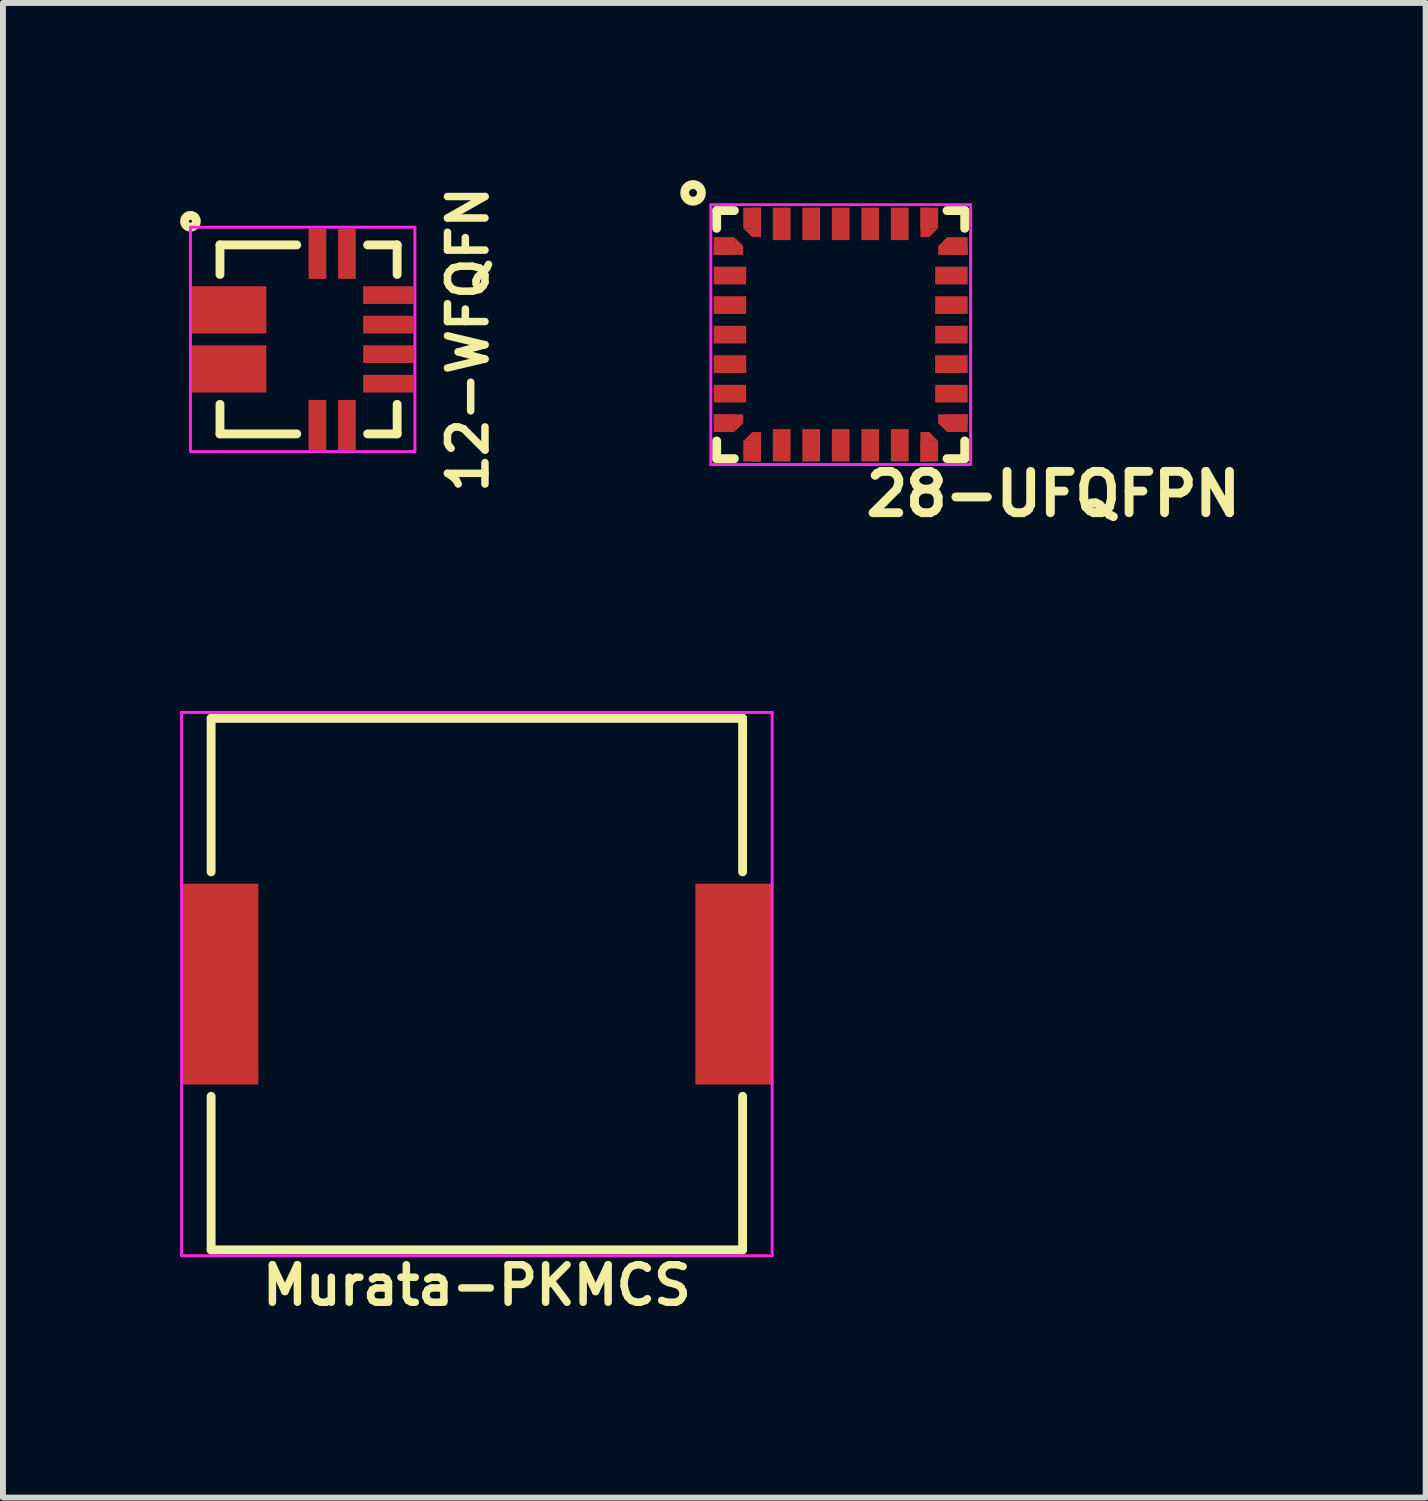
<source format=kicad_pcb>
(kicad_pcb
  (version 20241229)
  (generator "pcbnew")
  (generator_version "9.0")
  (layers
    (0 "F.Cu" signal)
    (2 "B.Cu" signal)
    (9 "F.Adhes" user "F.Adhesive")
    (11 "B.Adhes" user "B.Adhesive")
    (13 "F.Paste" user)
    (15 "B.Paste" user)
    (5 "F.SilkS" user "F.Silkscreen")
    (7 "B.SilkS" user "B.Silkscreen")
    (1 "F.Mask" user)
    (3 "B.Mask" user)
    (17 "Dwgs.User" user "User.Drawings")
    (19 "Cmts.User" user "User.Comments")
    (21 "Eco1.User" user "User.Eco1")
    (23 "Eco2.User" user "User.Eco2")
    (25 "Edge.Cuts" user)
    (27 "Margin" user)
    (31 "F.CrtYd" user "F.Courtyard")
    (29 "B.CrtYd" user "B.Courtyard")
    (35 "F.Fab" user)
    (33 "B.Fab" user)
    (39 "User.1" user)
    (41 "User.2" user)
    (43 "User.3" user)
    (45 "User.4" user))
  (footprint "12-WFQFN"
    (layer "F.Cu")
    (at 2.175 2.697)
    (property "Reference" "12-WFQFN" (at 2.7 0 90) (layer "F.SilkS") (effects (font (size 0.635 0.635) (thickness 0.127))))
    (attr through_hole)
    (fp_line (start -1.5 -1.6) (end -1.5 -1.1) (stroke (width 0.15) (type solid)) (layer "F.SilkS"))
    (fp_line (start -1.5 1.6) (end -1.5 1.1) (stroke (width 0.15) (type solid)) (layer "F.SilkS"))
    (fp_line (start -0.2 -1.6) (end -1.5 -1.6) (stroke (width 0.15) (type solid)) (layer "F.SilkS"))
    (fp_line (start -0.2 1.6) (end -1.5 1.6) (stroke (width 0.15) (type solid)) (layer "F.SilkS"))
    (fp_line (start 1 -1.6) (end 1.5 -1.6) (stroke (width 0.15) (type solid)) (layer "F.SilkS"))
    (fp_line (start 1.5 -1.6) (end 1.5 -1.1) (stroke (width 0.15) (type solid)) (layer "F.SilkS"))
    (fp_line (start 1.5 1.1) (end 1.5 1.6) (stroke (width 0.15) (type solid)) (layer "F.SilkS"))
    (fp_line (start 1.5 1.6) (end 1 1.6) (stroke (width 0.15) (type solid)) (layer "F.SilkS"))
    (fp_circle (center -2 -2) (end -2 -1.9) (stroke (width 0.15) (type solid)) (fill no) (layer "F.SilkS"))
    (fp_line (start -2 -1.9) (end 1.8 -1.9) (stroke (width 0.05) (type solid)) (layer "F.CrtYd"))
    (fp_line (start -2 1.9) (end -2 -1.9) (stroke (width 0.05) (type solid)) (layer "F.CrtYd"))
    (fp_line (start 1.8 -1.9) (end 1.8 1.9) (stroke (width 0.05) (type solid)) (layer "F.CrtYd"))
    (fp_line (start 1.8 1.9) (end -2 1.9) (stroke (width 0.05) (type solid)) (layer "F.CrtYd"))
    (pad "1,2" smd rect (at -1.35 -0.5) (size 1.27 0.8) (layers "F.Cu" "F.Mask" "F.Paste"))
    (pad "3,4" smd rect (at -1.35 0.5) (size 1.27 0.8) (layers "F.Cu" "F.Mask" "F.Paste"))
    (pad "5" smd rect (at 0.15 1.45) (size 0.3 0.85) (layers "F.Cu" "F.Mask" "F.Paste"))
    (pad "6" smd rect (at 0.65 1.45) (size 0.3 0.85) (layers "F.Cu" "F.Mask" "F.Paste"))
    (pad "7" smd rect (at 1.35 0.75) (size 0.85 0.3) (layers "F.Cu" "F.Mask" "F.Paste"))
    (pad "8" smd rect (at 1.35 0.25) (size 0.85 0.3) (layers "F.Cu" "F.Mask" "F.Paste"))
    (pad "9" smd rect (at 1.35 -0.25) (size 0.85 0.3) (layers "F.Cu" "F.Mask" "F.Paste"))
    (pad "10" smd rect (at 1.35 -0.75) (size 0.85 0.3) (layers "F.Cu" "F.Mask" "F.Paste"))
    (pad "11" smd rect (at 0.65 -1.45) (size 0.3 0.85) (layers "F.Cu" "F.Mask" "F.Paste"))
    (pad "12" smd rect (at 0.15 -1.45) (size 0.3 0.85) (layers "F.Cu" "F.Mask" "F.Paste")))
  (footprint "28-UFQFPN"
    (layer "F.Cu")
    (at 11.186 2.616)
    (property "Reference" "28-UFQFPN" (at 3.6 2.7 0) (layer "F.SilkS") (effects (font (size 0.7 0.7) (thickness 0.15))))
    (attr through_hole)
    (fp_line (start -2.1 -2.1) (end -2.1 -1.8) (stroke (width 0.15) (type solid)) (layer "F.SilkS"))
    (fp_line (start -2.1 2.1) (end -2.1 1.8) (stroke (width 0.15) (type solid)) (layer "F.SilkS"))
    (fp_line (start -1.8 -2.1) (end -2.1 -2.1) (stroke (width 0.15) (type solid)) (layer "F.SilkS"))
    (fp_line (start -1.8 2.1) (end -2.1 2.1) (stroke (width 0.15) (type solid)) (layer "F.SilkS"))
    (fp_line (start 1.8 -2.1) (end 2.1 -2.1) (stroke (width 0.15) (type solid)) (layer "F.SilkS"))
    (fp_line (start 1.8 2.1) (end 2.1 2.1) (stroke (width 0.15) (type solid)) (layer "F.SilkS"))
    (fp_line (start 2.1 -2.1) (end 2.1 -1.8) (stroke (width 0.15) (type solid)) (layer "F.SilkS"))
    (fp_line (start 2.1 2.1) (end 2.1 1.8) (stroke (width 0.15) (type solid)) (layer "F.SilkS"))
    (fp_circle (center -2.5 -2.4) (end -2.4 -2.3) (stroke (width 0.15) (type solid)) (fill no) (layer "F.SilkS"))
    (fp_line (start -2.2 -2.2) (end 2.2 -2.2) (stroke (width 0.05) (type solid)) (layer "F.CrtYd"))
    (fp_line (start -2.2 2.2) (end -2.2 -2.2) (stroke (width 0.05) (type solid)) (layer "F.CrtYd"))
    (fp_line (start 2.2 -2.2) (end 2.2 2.2) (stroke (width 0.05) (type solid)) (layer "F.CrtYd"))
    (fp_line (start 2.2 2.2) (end -2.2 2.2) (stroke (width 0.05) (type solid)) (layer "F.CrtYd"))
    (pad "1" smd rect (at -1.974 -1.5) (size 0.352 0.3) (layers "F.Cu" "F.Mask" "F.Paste"))
    (pad "1" smd rect (at -1.9 -1.425) (size 0.5 0.15) (layers "F.Cu" "F.Mask" "F.Paste"))
    (pad "1" smd trapezoid (at -1.725 -1.5) (size 0.148 0.148) (rect_delta 0.147 0) (layers "F.Cu" "F.Mask" "F.Paste"))
    (pad "2" smd rect (at -1.875 -1) (size 0.55 0.3) (layers "F.Cu" "F.Mask" "F.Paste"))
    (pad "3" smd rect (at -1.875 -0.5) (size 0.55 0.3) (layers "F.Cu" "F.Mask" "F.Paste"))
    (pad "4" smd rect (at -1.875 0) (size 0.55 0.3) (layers "F.Cu" "F.Mask" "F.Paste"))
    (pad "5" smd rect (at -1.875 0.5) (size 0.55 0.3) (layers "F.Cu" "F.Mask" "F.Paste"))
    (pad "6" smd rect (at -1.875 1) (size 0.55 0.3) (layers "F.Cu" "F.Mask" "F.Paste"))
    (pad "7" smd rect (at -1.974 1.5) (size 0.352 0.3) (layers "F.Cu" "F.Mask" "F.Paste"))
    (pad "7" smd rect (at -1.9 1.425) (size 0.5 0.15) (layers "F.Cu" "F.Mask" "F.Paste"))
    (pad "7" smd trapezoid (at -1.725 1.5) (size 0.148 0.148) (rect_delta 0.147 0) (layers "F.Cu" "F.Mask" "F.Paste"))
    (pad "8" smd trapezoid (at -1.5 1.725) (size 0.148 0.148) (rect_delta 0 0.147) (layers "F.Cu" "F.Mask" "F.Paste"))
    (pad "8" smd rect (at -1.5 1.974) (size 0.3 0.352) (layers "F.Cu" "F.Mask" "F.Paste"))
    (pad "8" smd rect (at -1.425 1.9) (size 0.15 0.5) (layers "F.Cu" "F.Mask" "F.Paste"))
    (pad "9" smd rect (at -1 1.875) (size 0.3 0.55) (layers "F.Cu" "F.Mask" "F.Paste"))
    (pad "10" smd rect (at -0.5 1.875) (size 0.3 0.55) (layers "F.Cu" "F.Mask" "F.Paste"))
    (pad "11" smd rect (at 0 1.875) (size 0.3 0.55) (layers "F.Cu" "F.Mask" "F.Paste"))
    (pad "12" smd rect (at 0.5 1.875) (size 0.3 0.55) (layers "F.Cu" "F.Mask" "F.Paste"))
    (pad "13" smd rect (at 1 1.875) (size 0.3 0.55) (layers "F.Cu" "F.Mask" "F.Paste"))
    (pad "14" smd rect (at 1.425 1.9) (size 0.15 0.5) (layers "F.Cu" "F.Mask" "F.Paste"))
    (pad "14" smd trapezoid (at 1.5 1.725) (size 0.148 0.148) (rect_delta 0 0.147) (layers "F.Cu" "F.Mask" "F.Paste"))
    (pad "14" smd rect (at 1.5 1.974) (size 0.3 0.352) (layers "F.Cu" "F.Mask" "F.Paste"))
    (pad "15" smd trapezoid (at 1.725 1.5 180) (size 0.148 0.148) (rect_delta 0.147 0) (layers "F.Cu" "F.Mask" "F.Paste"))
    (pad "15" smd rect (at 1.9 1.425) (size 0.5 0.15) (layers "F.Cu" "F.Mask" "F.Paste"))
    (pad "15" smd rect (at 1.974 1.5) (size 0.352 0.3) (layers "F.Cu" "F.Mask" "F.Paste"))
    (pad "16" smd rect (at 1.875 1) (size 0.55 0.3) (layers "F.Cu" "F.Mask" "F.Paste"))
    (pad "17" smd rect (at 1.875 0.5) (size 0.55 0.3) (layers "F.Cu" "F.Mask" "F.Paste"))
    (pad "18" smd rect (at 1.875 0) (size 0.55 0.3) (layers "F.Cu" "F.Mask" "F.Paste"))
    (pad "19" smd rect (at 1.875 -0.5) (size 0.55 0.3) (layers "F.Cu" "F.Mask" "F.Paste"))
    (pad "20" smd rect (at 1.875 -1) (size 0.55 0.3) (layers "F.Cu" "F.Mask" "F.Paste"))
    (pad "21" smd trapezoid (at 1.725 -1.5 180) (size 0.148 0.148) (rect_delta 0.147 0) (layers "F.Cu" "F.Mask" "F.Paste"))
    (pad "21" smd rect (at 1.9 -1.425) (size 0.5 0.15) (layers "F.Cu" "F.Mask" "F.Paste"))
    (pad "21" smd rect (at 1.974 -1.5) (size 0.352 0.3) (layers "F.Cu" "F.Mask" "F.Paste"))
    (pad "22" smd rect (at 1.425 -1.9) (size 0.15 0.5) (layers "F.Cu" "F.Mask" "F.Paste"))
    (pad "22" smd rect (at 1.5 -1.974) (size 0.3 0.352) (layers "F.Cu" "F.Mask" "F.Paste"))
    (pad "22" smd trapezoid (at 1.5 -1.725 180) (size 0.148 0.148) (rect_delta 0 0.147) (layers "F.Cu" "F.Mask" "F.Paste"))
    (pad "23" smd rect (at 1 -1.875) (size 0.3 0.55) (layers "F.Cu" "F.Mask" "F.Paste"))
    (pad "24" smd rect (at 0.5 -1.875) (size 0.3 0.55) (layers "F.Cu" "F.Mask" "F.Paste"))
    (pad "25" smd rect (at 0 -1.875) (size 0.3 0.55) (layers "F.Cu" "F.Mask" "F.Paste"))
    (pad "26" smd rect (at -0.5 -1.875) (size 0.3 0.55) (layers "F.Cu" "F.Mask" "F.Paste"))
    (pad "27" smd rect (at -1 -1.875) (size 0.3 0.55) (layers "F.Cu" "F.Mask" "F.Paste"))
    (pad "28" smd rect (at -1.5 -1.974) (size 0.3 0.352) (layers "F.Cu" "F.Mask" "F.Paste"))
    (pad "28" smd trapezoid (at -1.5 -1.725 180) (size 0.148 0.148) (rect_delta 0 0.147) (layers "F.Cu" "F.Mask" "F.Paste"))
    (pad "28" smd rect (at -1.425 -1.9) (size 0.15 0.5) (layers "F.Cu" "F.Mask" "F.Paste")))
  (footprint "Murata-PKMCS"
    (layer "F.Cu")
    (at 5.025 13.614)
    (property "Reference" "Murata-PKMCS" (at 0 5.1 0) (layer "F.SilkS") (effects (font (size 0.635 0.635) (thickness 0.127))))
    (attr through_hole)
    (fp_line (start -4.5 -4.5) (end -4.5 -1.9) (stroke (width 0.15) (type solid)) (layer "F.SilkS"))
    (fp_line (start -4.5 -4.5) (end 4.5 -4.5) (stroke (width 0.15) (type solid)) (layer "F.SilkS"))
    (fp_line (start -4.5 1.9) (end -4.5 4.5) (stroke (width 0.15) (type solid)) (layer "F.SilkS"))
    (fp_line (start -4.5 4.5) (end 4.5 4.5) (stroke (width 0.15) (type solid)) (layer "F.SilkS"))
    (fp_line (start 4.5 -4.5) (end 4.5 -1.9) (stroke (width 0.15) (type solid)) (layer "F.SilkS"))
    (fp_line (start 4.5 4.5) (end 4.5 1.9) (stroke (width 0.15) (type solid)) (layer "F.SilkS"))
    (fp_line (start -5 -4.6) (end 5 -4.6) (stroke (width 0.05) (type solid)) (layer "F.CrtYd"))
    (fp_line (start -5 4.6) (end -5 -4.6) (stroke (width 0.05) (type solid)) (layer "F.CrtYd"))
    (fp_line (start 5 -4.6) (end 5 4.6) (stroke (width 0.05) (type solid)) (layer "F.CrtYd"))
    (fp_line (start 5 4.6) (end -5 4.6) (stroke (width 0.05) (type solid)) (layer "F.CrtYd"))
    (pad "1" smd rect (at 4.35 0) (size 1.3 3.4) (layers "F.Cu" "F.Mask" "F.Paste"))
    (pad "2" smd rect (at -4.35 0) (size 1.3 3.4) (layers "F.Cu" "F.Mask" "F.Paste")))
  (gr_rect
    (start -3 -3)
    (end 21.091 22.309)
    (stroke (width 0.1) (type default))
    (fill no)
    (layer "Edge.Cuts")))
</source>
